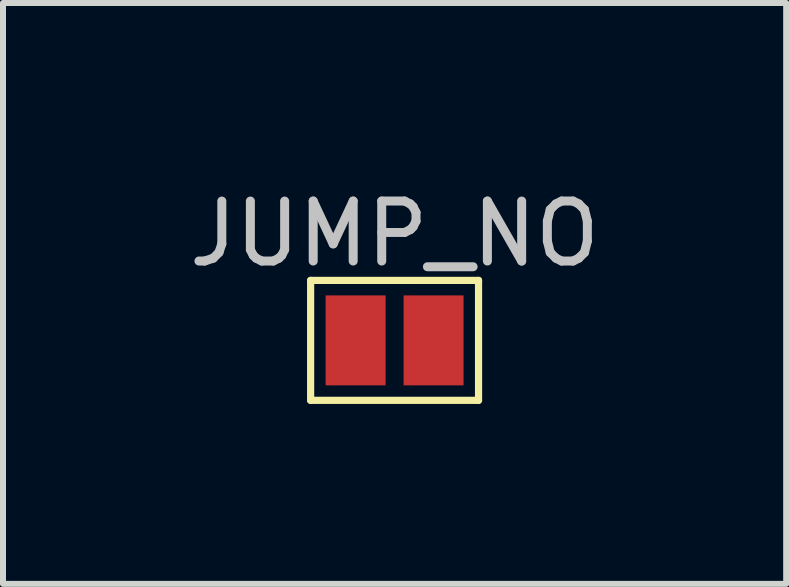
<source format=kicad_pcb>
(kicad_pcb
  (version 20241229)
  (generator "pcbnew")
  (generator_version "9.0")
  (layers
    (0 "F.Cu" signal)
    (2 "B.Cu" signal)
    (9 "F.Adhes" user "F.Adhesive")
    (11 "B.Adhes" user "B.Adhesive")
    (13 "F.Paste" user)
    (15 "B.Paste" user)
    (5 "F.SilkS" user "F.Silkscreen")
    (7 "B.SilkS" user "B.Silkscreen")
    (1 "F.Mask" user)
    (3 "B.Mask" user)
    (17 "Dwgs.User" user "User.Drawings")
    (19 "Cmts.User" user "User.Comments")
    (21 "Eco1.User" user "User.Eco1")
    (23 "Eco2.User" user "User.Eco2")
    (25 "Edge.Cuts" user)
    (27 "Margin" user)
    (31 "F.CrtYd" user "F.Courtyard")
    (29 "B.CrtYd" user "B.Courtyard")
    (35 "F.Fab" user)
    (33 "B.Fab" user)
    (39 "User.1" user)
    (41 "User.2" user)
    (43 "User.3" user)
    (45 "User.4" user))
  (footprint "JUMP_NO"
    (layer "F.Cu")
    (at 3.53 2.626)
    (property "Reference" "JUMP_NO" (at 0 -1.778 0) (layer "Dwgs.User") (effects (font (size 1 1) (thickness 0.15))))
    (attr through_hole)
    (fp_line (start -1.4 -1) (end 1.4 -1) (stroke (width 0.12) (type solid)) (layer "F.SilkS"))
    (fp_line (start -1.4 1) (end -1.4 -1) (stroke (width 0.12) (type solid)) (layer "F.SilkS"))
    (fp_line (start 1.4 -1) (end 1.4 1) (stroke (width 0.12) (type solid)) (layer "F.SilkS"))
    (fp_line (start 1.4 1) (end -1.4 1) (stroke (width 0.12) (type solid)) (layer "F.SilkS"))
    (pad "1" smd rect (at -0.65 0) (size 1 1.5) (layers "F.Cu" "F.Mask"))
    (pad "2" smd rect (at 0.65 0) (size 1 1.5) (layers "F.Cu" "F.Mask")))
  (gr_rect
    (start -3 -3)
    (end 10.06 6.686)
    (stroke (width 0.1) (type default))
    (fill no)
    (layer "Edge.Cuts")))
</source>
